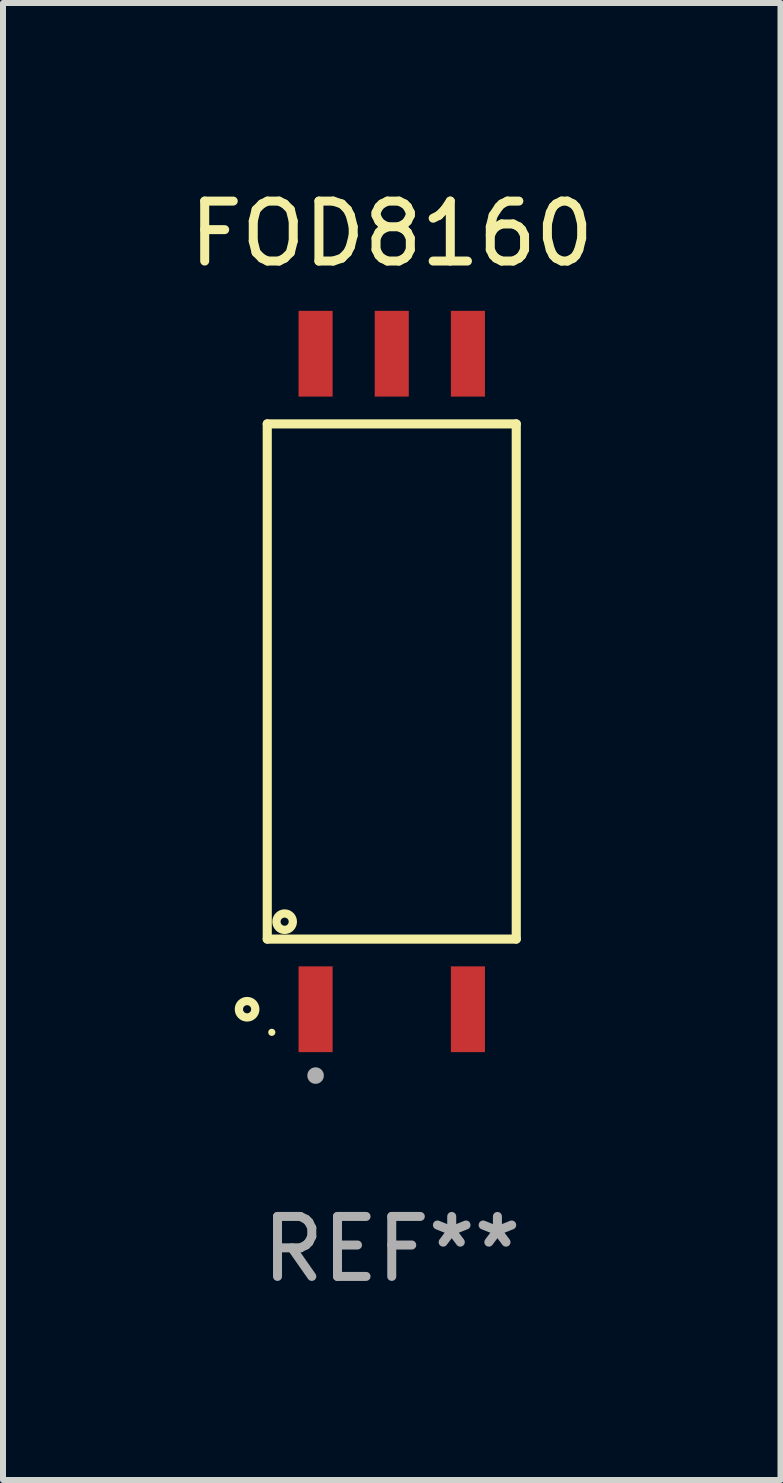
<source format=kicad_pcb>
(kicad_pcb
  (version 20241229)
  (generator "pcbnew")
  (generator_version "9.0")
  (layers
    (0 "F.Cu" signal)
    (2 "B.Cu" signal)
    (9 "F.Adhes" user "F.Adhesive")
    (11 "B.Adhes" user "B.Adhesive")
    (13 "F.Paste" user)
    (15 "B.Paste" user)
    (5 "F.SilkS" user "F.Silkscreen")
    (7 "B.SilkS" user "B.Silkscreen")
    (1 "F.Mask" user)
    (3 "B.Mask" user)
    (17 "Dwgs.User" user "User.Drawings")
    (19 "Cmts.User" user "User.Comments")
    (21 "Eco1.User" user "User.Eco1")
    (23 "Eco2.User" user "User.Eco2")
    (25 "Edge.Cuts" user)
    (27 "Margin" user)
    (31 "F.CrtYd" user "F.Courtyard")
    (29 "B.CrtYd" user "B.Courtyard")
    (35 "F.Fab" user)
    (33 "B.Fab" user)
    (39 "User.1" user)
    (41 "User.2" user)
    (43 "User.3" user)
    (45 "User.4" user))
  (footprint "FOD8160"
    (layer "F.Cu")
    (at 3.482 8.313)
    (property "Reference" "FOD8160" (at 0 -7.465 0) (layer "F.SilkS") (effects (font (size 1 1) (thickness 0.15))))
    (attr through_hole)
    (fp_line (start -2.076 -4.295) (end 2.076 -4.295) (stroke (width 0.152) (type solid)) (layer "F.SilkS"))
    (fp_line (start -2.076 4.295) (end -2.076 -4.295) (stroke (width 0.152) (type solid)) (layer "F.SilkS"))
    (fp_line (start 2.076 -4.295) (end 2.076 4.295) (stroke (width 0.152) (type solid)) (layer "F.SilkS"))
    (fp_line (start 2.076 4.295) (end -2.076 4.295) (stroke (width 0.152) (type solid)) (layer "F.SilkS"))
    (fp_circle (center -2.412 5.465) (end -2.344 5.465) (stroke (width 0.138) (type solid)) (fill no) (layer "F.SilkS"))
    (fp_circle (center -2 5.85) (end -1.97 5.85) (stroke (width 0.06) (type solid)) (fill no) (layer "F.SilkS"))
    (fp_circle (center -1.786 4.005) (end -1.718 4.005) (stroke (width 0.138) (type solid)) (fill no) (layer "F.SilkS"))
    (fp_circle (center -1.27 6.571) (end -1.201 6.571) (stroke (width 0.138) (type solid)) (fill no) (layer "F.Fab"))
    (fp_text user "REF**" (at 0 9.465 0) (layer "F.Fab") (effects (font (size 1 1) (thickness 0.15))))
    (pad "1" smd rect (at -1.27 5.465) (size 0.568 1.43) (layers "F.Cu" "F.Mask" "F.Paste"))
    (pad "3" smd rect (at 1.27 5.465) (size 0.568 1.43) (layers "F.Cu" "F.Mask" "F.Paste"))
    (pad "4" smd rect (at 1.27 -5.465) (size 0.568 1.43) (layers "F.Cu" "F.Mask" "F.Paste"))
    (pad "5" smd rect (at 0 -5.465) (size 0.568 1.43) (layers "F.Cu" "F.Mask" "F.Paste"))
    (pad "6" smd rect (at -1.27 -5.465) (size 0.568 1.43) (layers "F.Cu" "F.Mask" "F.Paste")))
  (gr_rect
    (start -3 -3)
    (end 9.964 21.627)
    (stroke (width 0.1) (type default))
    (fill no)
    (layer "Edge.Cuts")))
</source>
